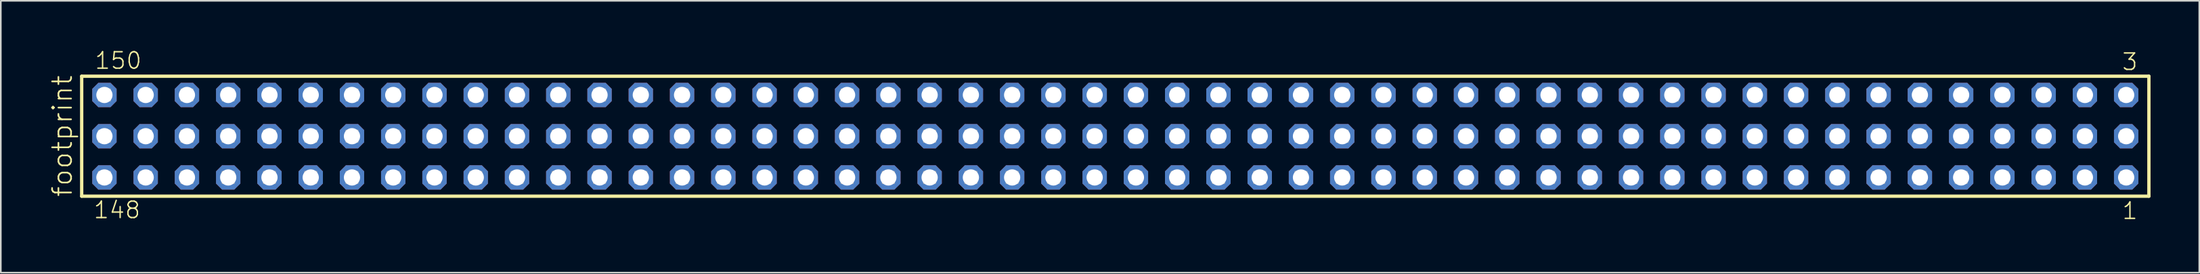
<source format=kicad_pcb>
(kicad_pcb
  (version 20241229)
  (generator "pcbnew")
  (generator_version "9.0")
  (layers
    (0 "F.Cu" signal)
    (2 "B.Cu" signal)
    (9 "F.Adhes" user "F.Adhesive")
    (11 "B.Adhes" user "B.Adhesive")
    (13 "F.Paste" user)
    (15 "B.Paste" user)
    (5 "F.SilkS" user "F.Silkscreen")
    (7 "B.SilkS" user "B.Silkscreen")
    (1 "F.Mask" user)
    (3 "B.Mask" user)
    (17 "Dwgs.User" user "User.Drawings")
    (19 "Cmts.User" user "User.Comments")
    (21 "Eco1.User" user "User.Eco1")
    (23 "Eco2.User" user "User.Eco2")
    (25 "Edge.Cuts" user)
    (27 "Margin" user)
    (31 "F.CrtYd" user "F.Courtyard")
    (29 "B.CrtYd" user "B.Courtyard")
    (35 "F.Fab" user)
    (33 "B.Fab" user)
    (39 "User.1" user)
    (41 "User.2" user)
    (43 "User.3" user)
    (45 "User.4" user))
  (footprint "footprint"
    (layer "F.Cu")
    (at 65.608 5.34)
    (property "Reference" "footprint" (at -64.135 3.81 90) (layer "F.SilkS") (effects (font (size 1.168 1.168) (thickness 0.102)) (justify left bottom)))
    (fp_line (start -63.629 -3.695) (end 63.629 -3.695) (stroke (width 0.203) (type solid)) (layer "F.SilkS"))
    (fp_line (start -63.629 3.695) (end -63.629 -3.695) (stroke (width 0.203) (type solid)) (layer "F.SilkS"))
    (fp_line (start 63.629 -3.695) (end 63.629 3.695) (stroke (width 0.203) (type solid)) (layer "F.SilkS"))
    (fp_line (start 63.629 3.695) (end -63.629 3.695) (stroke (width 0.203) (type solid)) (layer "F.SilkS"))
    (fp_poly (pts (xy -62.58 -2.19) (xy -61.88 -2.19) (xy -61.88 -2.89) (xy -62.58 -2.89)) (stroke (width 0.1) (type solid)) (fill no) (layer "F.Fab"))
    (fp_poly (pts (xy -62.58 0.35) (xy -61.88 0.35) (xy -61.88 -0.35) (xy -62.58 -0.35)) (stroke (width 0.1) (type solid)) (fill no) (layer "F.Fab"))
    (fp_poly (pts (xy -62.58 2.89) (xy -61.88 2.89) (xy -61.88 2.19) (xy -62.58 2.19)) (stroke (width 0.1) (type solid)) (fill no) (layer "F.Fab"))
    (fp_poly (pts (xy -60.04 -2.19) (xy -59.34 -2.19) (xy -59.34 -2.89) (xy -60.04 -2.89)) (stroke (width 0.1) (type solid)) (fill no) (layer "F.Fab"))
    (fp_poly (pts (xy -60.04 0.35) (xy -59.34 0.35) (xy -59.34 -0.35) (xy -60.04 -0.35)) (stroke (width 0.1) (type solid)) (fill no) (layer "F.Fab"))
    (fp_poly (pts (xy -60.04 2.89) (xy -59.34 2.89) (xy -59.34 2.19) (xy -60.04 2.19)) (stroke (width 0.1) (type solid)) (fill no) (layer "F.Fab"))
    (fp_poly (pts (xy -57.5 -2.19) (xy -56.8 -2.19) (xy -56.8 -2.89) (xy -57.5 -2.89)) (stroke (width 0.1) (type solid)) (fill no) (layer "F.Fab"))
    (fp_poly (pts (xy -57.5 0.35) (xy -56.8 0.35) (xy -56.8 -0.35) (xy -57.5 -0.35)) (stroke (width 0.1) (type solid)) (fill no) (layer "F.Fab"))
    (fp_poly (pts (xy -57.5 2.89) (xy -56.8 2.89) (xy -56.8 2.19) (xy -57.5 2.19)) (stroke (width 0.1) (type solid)) (fill no) (layer "F.Fab"))
    (fp_poly (pts (xy -54.96 -2.19) (xy -54.26 -2.19) (xy -54.26 -2.89) (xy -54.96 -2.89)) (stroke (width 0.1) (type solid)) (fill no) (layer "F.Fab"))
    (fp_poly (pts (xy -54.96 0.35) (xy -54.26 0.35) (xy -54.26 -0.35) (xy -54.96 -0.35)) (stroke (width 0.1) (type solid)) (fill no) (layer "F.Fab"))
    (fp_poly (pts (xy -54.96 2.89) (xy -54.26 2.89) (xy -54.26 2.19) (xy -54.96 2.19)) (stroke (width 0.1) (type solid)) (fill no) (layer "F.Fab"))
    (fp_poly (pts (xy -52.42 -2.19) (xy -51.72 -2.19) (xy -51.72 -2.89) (xy -52.42 -2.89)) (stroke (width 0.1) (type solid)) (fill no) (layer "F.Fab"))
    (fp_poly (pts (xy -52.42 0.35) (xy -51.72 0.35) (xy -51.72 -0.35) (xy -52.42 -0.35)) (stroke (width 0.1) (type solid)) (fill no) (layer "F.Fab"))
    (fp_poly (pts (xy -52.42 2.89) (xy -51.72 2.89) (xy -51.72 2.19) (xy -52.42 2.19)) (stroke (width 0.1) (type solid)) (fill no) (layer "F.Fab"))
    (fp_poly (pts (xy -49.88 -2.19) (xy -49.18 -2.19) (xy -49.18 -2.89) (xy -49.88 -2.89)) (stroke (width 0.1) (type solid)) (fill no) (layer "F.Fab"))
    (fp_poly (pts (xy -49.88 0.35) (xy -49.18 0.35) (xy -49.18 -0.35) (xy -49.88 -0.35)) (stroke (width 0.1) (type solid)) (fill no) (layer "F.Fab"))
    (fp_poly (pts (xy -49.88 2.89) (xy -49.18 2.89) (xy -49.18 2.19) (xy -49.88 2.19)) (stroke (width 0.1) (type solid)) (fill no) (layer "F.Fab"))
    (fp_poly (pts (xy -47.34 -2.19) (xy -46.64 -2.19) (xy -46.64 -2.89) (xy -47.34 -2.89)) (stroke (width 0.1) (type solid)) (fill no) (layer "F.Fab"))
    (fp_poly (pts (xy -47.34 0.35) (xy -46.64 0.35) (xy -46.64 -0.35) (xy -47.34 -0.35)) (stroke (width 0.1) (type solid)) (fill no) (layer "F.Fab"))
    (fp_poly (pts (xy -47.34 2.89) (xy -46.64 2.89) (xy -46.64 2.19) (xy -47.34 2.19)) (stroke (width 0.1) (type solid)) (fill no) (layer "F.Fab"))
    (fp_poly (pts (xy -44.8 -2.19) (xy -44.1 -2.19) (xy -44.1 -2.89) (xy -44.8 -2.89)) (stroke (width 0.1) (type solid)) (fill no) (layer "F.Fab"))
    (fp_poly (pts (xy -44.8 0.35) (xy -44.1 0.35) (xy -44.1 -0.35) (xy -44.8 -0.35)) (stroke (width 0.1) (type solid)) (fill no) (layer "F.Fab"))
    (fp_poly (pts (xy -44.8 2.89) (xy -44.1 2.89) (xy -44.1 2.19) (xy -44.8 2.19)) (stroke (width 0.1) (type solid)) (fill no) (layer "F.Fab"))
    (fp_poly (pts (xy -42.26 -2.19) (xy -41.56 -2.19) (xy -41.56 -2.89) (xy -42.26 -2.89)) (stroke (width 0.1) (type solid)) (fill no) (layer "F.Fab"))
    (fp_poly (pts (xy -42.26 0.35) (xy -41.56 0.35) (xy -41.56 -0.35) (xy -42.26 -0.35)) (stroke (width 0.1) (type solid)) (fill no) (layer "F.Fab"))
    (fp_poly (pts (xy -42.26 2.89) (xy -41.56 2.89) (xy -41.56 2.19) (xy -42.26 2.19)) (stroke (width 0.1) (type solid)) (fill no) (layer "F.Fab"))
    (fp_poly (pts (xy -39.72 -2.19) (xy -39.02 -2.19) (xy -39.02 -2.89) (xy -39.72 -2.89)) (stroke (width 0.1) (type solid)) (fill no) (layer "F.Fab"))
    (fp_poly (pts (xy -39.72 0.35) (xy -39.02 0.35) (xy -39.02 -0.35) (xy -39.72 -0.35)) (stroke (width 0.1) (type solid)) (fill no) (layer "F.Fab"))
    (fp_poly (pts (xy -39.72 2.89) (xy -39.02 2.89) (xy -39.02 2.19) (xy -39.72 2.19)) (stroke (width 0.1) (type solid)) (fill no) (layer "F.Fab"))
    (fp_poly (pts (xy -37.18 -2.19) (xy -36.48 -2.19) (xy -36.48 -2.89) (xy -37.18 -2.89)) (stroke (width 0.1) (type solid)) (fill no) (layer "F.Fab"))
    (fp_poly (pts (xy -37.18 0.35) (xy -36.48 0.35) (xy -36.48 -0.35) (xy -37.18 -0.35)) (stroke (width 0.1) (type solid)) (fill no) (layer "F.Fab"))
    (fp_poly (pts (xy -37.18 2.89) (xy -36.48 2.89) (xy -36.48 2.19) (xy -37.18 2.19)) (stroke (width 0.1) (type solid)) (fill no) (layer "F.Fab"))
    (fp_poly (pts (xy -34.64 -2.19) (xy -33.94 -2.19) (xy -33.94 -2.89) (xy -34.64 -2.89)) (stroke (width 0.1) (type solid)) (fill no) (layer "F.Fab"))
    (fp_poly (pts (xy -34.64 0.35) (xy -33.94 0.35) (xy -33.94 -0.35) (xy -34.64 -0.35)) (stroke (width 0.1) (type solid)) (fill no) (layer "F.Fab"))
    (fp_poly (pts (xy -34.64 2.89) (xy -33.94 2.89) (xy -33.94 2.19) (xy -34.64 2.19)) (stroke (width 0.1) (type solid)) (fill no) (layer "F.Fab"))
    (fp_poly (pts (xy -32.1 -2.19) (xy -31.4 -2.19) (xy -31.4 -2.89) (xy -32.1 -2.89)) (stroke (width 0.1) (type solid)) (fill no) (layer "F.Fab"))
    (fp_poly (pts (xy -32.1 0.35) (xy -31.4 0.35) (xy -31.4 -0.35) (xy -32.1 -0.35)) (stroke (width 0.1) (type solid)) (fill no) (layer "F.Fab"))
    (fp_poly (pts (xy -32.1 2.89) (xy -31.4 2.89) (xy -31.4 2.19) (xy -32.1 2.19)) (stroke (width 0.1) (type solid)) (fill no) (layer "F.Fab"))
    (fp_poly (pts (xy -29.56 -2.19) (xy -28.86 -2.19) (xy -28.86 -2.89) (xy -29.56 -2.89)) (stroke (width 0.1) (type solid)) (fill no) (layer "F.Fab"))
    (fp_poly (pts (xy -29.56 0.35) (xy -28.86 0.35) (xy -28.86 -0.35) (xy -29.56 -0.35)) (stroke (width 0.1) (type solid)) (fill no) (layer "F.Fab"))
    (fp_poly (pts (xy -29.56 2.89) (xy -28.86 2.89) (xy -28.86 2.19) (xy -29.56 2.19)) (stroke (width 0.1) (type solid)) (fill no) (layer "F.Fab"))
    (fp_poly (pts (xy -27.02 -2.19) (xy -26.32 -2.19) (xy -26.32 -2.89) (xy -27.02 -2.89)) (stroke (width 0.1) (type solid)) (fill no) (layer "F.Fab"))
    (fp_poly (pts (xy -27.02 0.35) (xy -26.32 0.35) (xy -26.32 -0.35) (xy -27.02 -0.35)) (stroke (width 0.1) (type solid)) (fill no) (layer "F.Fab"))
    (fp_poly (pts (xy -27.02 2.89) (xy -26.32 2.89) (xy -26.32 2.19) (xy -27.02 2.19)) (stroke (width 0.1) (type solid)) (fill no) (layer "F.Fab"))
    (fp_poly (pts (xy -24.48 -2.19) (xy -23.78 -2.19) (xy -23.78 -2.89) (xy -24.48 -2.89)) (stroke (width 0.1) (type solid)) (fill no) (layer "F.Fab"))
    (fp_poly (pts (xy -24.48 0.35) (xy -23.78 0.35) (xy -23.78 -0.35) (xy -24.48 -0.35)) (stroke (width 0.1) (type solid)) (fill no) (layer "F.Fab"))
    (fp_poly (pts (xy -24.48 2.89) (xy -23.78 2.89) (xy -23.78 2.19) (xy -24.48 2.19)) (stroke (width 0.1) (type solid)) (fill no) (layer "F.Fab"))
    (fp_poly (pts (xy -21.94 -2.19) (xy -21.24 -2.19) (xy -21.24 -2.89) (xy -21.94 -2.89)) (stroke (width 0.1) (type solid)) (fill no) (layer "F.Fab"))
    (fp_poly (pts (xy -21.94 0.35) (xy -21.24 0.35) (xy -21.24 -0.35) (xy -21.94 -0.35)) (stroke (width 0.1) (type solid)) (fill no) (layer "F.Fab"))
    (fp_poly (pts (xy -21.94 2.89) (xy -21.24 2.89) (xy -21.24 2.19) (xy -21.94 2.19)) (stroke (width 0.1) (type solid)) (fill no) (layer "F.Fab"))
    (fp_poly (pts (xy -19.4 -2.19) (xy -18.7 -2.19) (xy -18.7 -2.89) (xy -19.4 -2.89)) (stroke (width 0.1) (type solid)) (fill no) (layer "F.Fab"))
    (fp_poly (pts (xy -19.4 0.35) (xy -18.7 0.35) (xy -18.7 -0.35) (xy -19.4 -0.35)) (stroke (width 0.1) (type solid)) (fill no) (layer "F.Fab"))
    (fp_poly (pts (xy -19.4 2.89) (xy -18.7 2.89) (xy -18.7 2.19) (xy -19.4 2.19)) (stroke (width 0.1) (type solid)) (fill no) (layer "F.Fab"))
    (fp_poly (pts (xy -16.86 -2.19) (xy -16.16 -2.19) (xy -16.16 -2.89) (xy -16.86 -2.89)) (stroke (width 0.1) (type solid)) (fill no) (layer "F.Fab"))
    (fp_poly (pts (xy -16.86 0.35) (xy -16.16 0.35) (xy -16.16 -0.35) (xy -16.86 -0.35)) (stroke (width 0.1) (type solid)) (fill no) (layer "F.Fab"))
    (fp_poly (pts (xy -16.86 2.89) (xy -16.16 2.89) (xy -16.16 2.19) (xy -16.86 2.19)) (stroke (width 0.1) (type solid)) (fill no) (layer "F.Fab"))
    (fp_poly (pts (xy -14.32 -2.19) (xy -13.62 -2.19) (xy -13.62 -2.89) (xy -14.32 -2.89)) (stroke (width 0.1) (type solid)) (fill no) (layer "F.Fab"))
    (fp_poly (pts (xy -14.32 0.35) (xy -13.62 0.35) (xy -13.62 -0.35) (xy -14.32 -0.35)) (stroke (width 0.1) (type solid)) (fill no) (layer "F.Fab"))
    (fp_poly (pts (xy -14.32 2.89) (xy -13.62 2.89) (xy -13.62 2.19) (xy -14.32 2.19)) (stroke (width 0.1) (type solid)) (fill no) (layer "F.Fab"))
    (fp_poly (pts (xy -11.78 -2.19) (xy -11.08 -2.19) (xy -11.08 -2.89) (xy -11.78 -2.89)) (stroke (width 0.1) (type solid)) (fill no) (layer "F.Fab"))
    (fp_poly (pts (xy -11.78 0.35) (xy -11.08 0.35) (xy -11.08 -0.35) (xy -11.78 -0.35)) (stroke (width 0.1) (type solid)) (fill no) (layer "F.Fab"))
    (fp_poly (pts (xy -11.78 2.89) (xy -11.08 2.89) (xy -11.08 2.19) (xy -11.78 2.19)) (stroke (width 0.1) (type solid)) (fill no) (layer "F.Fab"))
    (fp_poly (pts (xy -9.24 -2.19) (xy -8.54 -2.19) (xy -8.54 -2.89) (xy -9.24 -2.89)) (stroke (width 0.1) (type solid)) (fill no) (layer "F.Fab"))
    (fp_poly (pts (xy -9.24 0.35) (xy -8.54 0.35) (xy -8.54 -0.35) (xy -9.24 -0.35)) (stroke (width 0.1) (type solid)) (fill no) (layer "F.Fab"))
    (fp_poly (pts (xy -9.24 2.89) (xy -8.54 2.89) (xy -8.54 2.19) (xy -9.24 2.19)) (stroke (width 0.1) (type solid)) (fill no) (layer "F.Fab"))
    (fp_poly (pts (xy -6.7 -2.19) (xy -6 -2.19) (xy -6 -2.89) (xy -6.7 -2.89)) (stroke (width 0.1) (type solid)) (fill no) (layer "F.Fab"))
    (fp_poly (pts (xy -6.7 0.35) (xy -6 0.35) (xy -6 -0.35) (xy -6.7 -0.35)) (stroke (width 0.1) (type solid)) (fill no) (layer "F.Fab"))
    (fp_poly (pts (xy -6.7 2.89) (xy -6 2.89) (xy -6 2.19) (xy -6.7 2.19)) (stroke (width 0.1) (type solid)) (fill no) (layer "F.Fab"))
    (fp_poly (pts (xy -4.16 -2.19) (xy -3.46 -2.19) (xy -3.46 -2.89) (xy -4.16 -2.89)) (stroke (width 0.1) (type solid)) (fill no) (layer "F.Fab"))
    (fp_poly (pts (xy -4.16 0.35) (xy -3.46 0.35) (xy -3.46 -0.35) (xy -4.16 -0.35)) (stroke (width 0.1) (type solid)) (fill no) (layer "F.Fab"))
    (fp_poly (pts (xy -4.16 2.89) (xy -3.46 2.89) (xy -3.46 2.19) (xy -4.16 2.19)) (stroke (width 0.1) (type solid)) (fill no) (layer "F.Fab"))
    (fp_poly (pts (xy -1.62 -2.19) (xy -0.92 -2.19) (xy -0.92 -2.89) (xy -1.62 -2.89)) (stroke (width 0.1) (type solid)) (fill no) (layer "F.Fab"))
    (fp_poly (pts (xy -1.62 0.35) (xy -0.92 0.35) (xy -0.92 -0.35) (xy -1.62 -0.35)) (stroke (width 0.1) (type solid)) (fill no) (layer "F.Fab"))
    (fp_poly (pts (xy -1.62 2.89) (xy -0.92 2.89) (xy -0.92 2.19) (xy -1.62 2.19)) (stroke (width 0.1) (type solid)) (fill no) (layer "F.Fab"))
    (fp_poly (pts (xy 0.92 -2.19) (xy 1.62 -2.19) (xy 1.62 -2.89) (xy 0.92 -2.89)) (stroke (width 0.1) (type solid)) (fill no) (layer "F.Fab"))
    (fp_poly (pts (xy 0.92 0.35) (xy 1.62 0.35) (xy 1.62 -0.35) (xy 0.92 -0.35)) (stroke (width 0.1) (type solid)) (fill no) (layer "F.Fab"))
    (fp_poly (pts (xy 0.92 2.89) (xy 1.62 2.89) (xy 1.62 2.19) (xy 0.92 2.19)) (stroke (width 0.1) (type solid)) (fill no) (layer "F.Fab"))
    (fp_poly (pts (xy 3.46 -2.19) (xy 4.16 -2.19) (xy 4.16 -2.89) (xy 3.46 -2.89)) (stroke (width 0.1) (type solid)) (fill no) (layer "F.Fab"))
    (fp_poly (pts (xy 3.46 0.35) (xy 4.16 0.35) (xy 4.16 -0.35) (xy 3.46 -0.35)) (stroke (width 0.1) (type solid)) (fill no) (layer "F.Fab"))
    (fp_poly (pts (xy 3.46 2.89) (xy 4.16 2.89) (xy 4.16 2.19) (xy 3.46 2.19)) (stroke (width 0.1) (type solid)) (fill no) (layer "F.Fab"))
    (fp_poly (pts (xy 6 -2.19) (xy 6.7 -2.19) (xy 6.7 -2.89) (xy 6 -2.89)) (stroke (width 0.1) (type solid)) (fill no) (layer "F.Fab"))
    (fp_poly (pts (xy 6 0.35) (xy 6.7 0.35) (xy 6.7 -0.35) (xy 6 -0.35)) (stroke (width 0.1) (type solid)) (fill no) (layer "F.Fab"))
    (fp_poly (pts (xy 6 2.89) (xy 6.7 2.89) (xy 6.7 2.19) (xy 6 2.19)) (stroke (width 0.1) (type solid)) (fill no) (layer "F.Fab"))
    (fp_poly (pts (xy 8.54 -2.19) (xy 9.24 -2.19) (xy 9.24 -2.89) (xy 8.54 -2.89)) (stroke (width 0.1) (type solid)) (fill no) (layer "F.Fab"))
    (fp_poly (pts (xy 8.54 0.35) (xy 9.24 0.35) (xy 9.24 -0.35) (xy 8.54 -0.35)) (stroke (width 0.1) (type solid)) (fill no) (layer "F.Fab"))
    (fp_poly (pts (xy 8.54 2.89) (xy 9.24 2.89) (xy 9.24 2.19) (xy 8.54 2.19)) (stroke (width 0.1) (type solid)) (fill no) (layer "F.Fab"))
    (fp_poly (pts (xy 11.08 -2.19) (xy 11.78 -2.19) (xy 11.78 -2.89) (xy 11.08 -2.89)) (stroke (width 0.1) (type solid)) (fill no) (layer "F.Fab"))
    (fp_poly (pts (xy 11.08 0.35) (xy 11.78 0.35) (xy 11.78 -0.35) (xy 11.08 -0.35)) (stroke (width 0.1) (type solid)) (fill no) (layer "F.Fab"))
    (fp_poly (pts (xy 11.08 2.89) (xy 11.78 2.89) (xy 11.78 2.19) (xy 11.08 2.19)) (stroke (width 0.1) (type solid)) (fill no) (layer "F.Fab"))
    (fp_poly (pts (xy 13.62 -2.19) (xy 14.32 -2.19) (xy 14.32 -2.89) (xy 13.62 -2.89)) (stroke (width 0.1) (type solid)) (fill no) (layer "F.Fab"))
    (fp_poly (pts (xy 13.62 0.35) (xy 14.32 0.35) (xy 14.32 -0.35) (xy 13.62 -0.35)) (stroke (width 0.1) (type solid)) (fill no) (layer "F.Fab"))
    (fp_poly (pts (xy 13.62 2.89) (xy 14.32 2.89) (xy 14.32 2.19) (xy 13.62 2.19)) (stroke (width 0.1) (type solid)) (fill no) (layer "F.Fab"))
    (fp_poly (pts (xy 16.16 -2.19) (xy 16.86 -2.19) (xy 16.86 -2.89) (xy 16.16 -2.89)) (stroke (width 0.1) (type solid)) (fill no) (layer "F.Fab"))
    (fp_poly (pts (xy 16.16 0.35) (xy 16.86 0.35) (xy 16.86 -0.35) (xy 16.16 -0.35)) (stroke (width 0.1) (type solid)) (fill no) (layer "F.Fab"))
    (fp_poly (pts (xy 16.16 2.89) (xy 16.86 2.89) (xy 16.86 2.19) (xy 16.16 2.19)) (stroke (width 0.1) (type solid)) (fill no) (layer "F.Fab"))
    (fp_poly (pts (xy 18.7 -2.19) (xy 19.4 -2.19) (xy 19.4 -2.89) (xy 18.7 -2.89)) (stroke (width 0.1) (type solid)) (fill no) (layer "F.Fab"))
    (fp_poly (pts (xy 18.7 0.35) (xy 19.4 0.35) (xy 19.4 -0.35) (xy 18.7 -0.35)) (stroke (width 0.1) (type solid)) (fill no) (layer "F.Fab"))
    (fp_poly (pts (xy 18.7 2.89) (xy 19.4 2.89) (xy 19.4 2.19) (xy 18.7 2.19)) (stroke (width 0.1) (type solid)) (fill no) (layer "F.Fab"))
    (fp_poly (pts (xy 21.24 -2.19) (xy 21.94 -2.19) (xy 21.94 -2.89) (xy 21.24 -2.89)) (stroke (width 0.1) (type solid)) (fill no) (layer "F.Fab"))
    (fp_poly (pts (xy 21.24 0.35) (xy 21.94 0.35) (xy 21.94 -0.35) (xy 21.24 -0.35)) (stroke (width 0.1) (type solid)) (fill no) (layer "F.Fab"))
    (fp_poly (pts (xy 21.24 2.89) (xy 21.94 2.89) (xy 21.94 2.19) (xy 21.24 2.19)) (stroke (width 0.1) (type solid)) (fill no) (layer "F.Fab"))
    (fp_poly (pts (xy 23.78 -2.19) (xy 24.48 -2.19) (xy 24.48 -2.89) (xy 23.78 -2.89)) (stroke (width 0.1) (type solid)) (fill no) (layer "F.Fab"))
    (fp_poly (pts (xy 23.78 0.35) (xy 24.48 0.35) (xy 24.48 -0.35) (xy 23.78 -0.35)) (stroke (width 0.1) (type solid)) (fill no) (layer "F.Fab"))
    (fp_poly (pts (xy 23.78 2.89) (xy 24.48 2.89) (xy 24.48 2.19) (xy 23.78 2.19)) (stroke (width 0.1) (type solid)) (fill no) (layer "F.Fab"))
    (fp_poly (pts (xy 26.32 -2.19) (xy 27.02 -2.19) (xy 27.02 -2.89) (xy 26.32 -2.89)) (stroke (width 0.1) (type solid)) (fill no) (layer "F.Fab"))
    (fp_poly (pts (xy 26.32 0.35) (xy 27.02 0.35) (xy 27.02 -0.35) (xy 26.32 -0.35)) (stroke (width 0.1) (type solid)) (fill no) (layer "F.Fab"))
    (fp_poly (pts (xy 26.32 2.89) (xy 27.02 2.89) (xy 27.02 2.19) (xy 26.32 2.19)) (stroke (width 0.1) (type solid)) (fill no) (layer "F.Fab"))
    (fp_poly (pts (xy 28.86 -2.19) (xy 29.56 -2.19) (xy 29.56 -2.89) (xy 28.86 -2.89)) (stroke (width 0.1) (type solid)) (fill no) (layer "F.Fab"))
    (fp_poly (pts (xy 28.86 0.35) (xy 29.56 0.35) (xy 29.56 -0.35) (xy 28.86 -0.35)) (stroke (width 0.1) (type solid)) (fill no) (layer "F.Fab"))
    (fp_poly (pts (xy 28.86 2.89) (xy 29.56 2.89) (xy 29.56 2.19) (xy 28.86 2.19)) (stroke (width 0.1) (type solid)) (fill no) (layer "F.Fab"))
    (fp_poly (pts (xy 31.4 -2.19) (xy 32.1 -2.19) (xy 32.1 -2.89) (xy 31.4 -2.89)) (stroke (width 0.1) (type solid)) (fill no) (layer "F.Fab"))
    (fp_poly (pts (xy 31.4 0.35) (xy 32.1 0.35) (xy 32.1 -0.35) (xy 31.4 -0.35)) (stroke (width 0.1) (type solid)) (fill no) (layer "F.Fab"))
    (fp_poly (pts (xy 31.4 2.89) (xy 32.1 2.89) (xy 32.1 2.19) (xy 31.4 2.19)) (stroke (width 0.1) (type solid)) (fill no) (layer "F.Fab"))
    (fp_poly (pts (xy 33.94 -2.19) (xy 34.64 -2.19) (xy 34.64 -2.89) (xy 33.94 -2.89)) (stroke (width 0.1) (type solid)) (fill no) (layer "F.Fab"))
    (fp_poly (pts (xy 33.94 0.35) (xy 34.64 0.35) (xy 34.64 -0.35) (xy 33.94 -0.35)) (stroke (width 0.1) (type solid)) (fill no) (layer "F.Fab"))
    (fp_poly (pts (xy 33.94 2.89) (xy 34.64 2.89) (xy 34.64 2.19) (xy 33.94 2.19)) (stroke (width 0.1) (type solid)) (fill no) (layer "F.Fab"))
    (fp_poly (pts (xy 36.48 -2.19) (xy 37.18 -2.19) (xy 37.18 -2.89) (xy 36.48 -2.89)) (stroke (width 0.1) (type solid)) (fill no) (layer "F.Fab"))
    (fp_poly (pts (xy 36.48 0.35) (xy 37.18 0.35) (xy 37.18 -0.35) (xy 36.48 -0.35)) (stroke (width 0.1) (type solid)) (fill no) (layer "F.Fab"))
    (fp_poly (pts (xy 36.48 2.89) (xy 37.18 2.89) (xy 37.18 2.19) (xy 36.48 2.19)) (stroke (width 0.1) (type solid)) (fill no) (layer "F.Fab"))
    (fp_poly (pts (xy 39.02 -2.19) (xy 39.72 -2.19) (xy 39.72 -2.89) (xy 39.02 -2.89)) (stroke (width 0.1) (type solid)) (fill no) (layer "F.Fab"))
    (fp_poly (pts (xy 39.02 0.35) (xy 39.72 0.35) (xy 39.72 -0.35) (xy 39.02 -0.35)) (stroke (width 0.1) (type solid)) (fill no) (layer "F.Fab"))
    (fp_poly (pts (xy 39.02 2.89) (xy 39.72 2.89) (xy 39.72 2.19) (xy 39.02 2.19)) (stroke (width 0.1) (type solid)) (fill no) (layer "F.Fab"))
    (fp_poly (pts (xy 41.56 -2.19) (xy 42.26 -2.19) (xy 42.26 -2.89) (xy 41.56 -2.89)) (stroke (width 0.1) (type solid)) (fill no) (layer "F.Fab"))
    (fp_poly (pts (xy 41.56 0.35) (xy 42.26 0.35) (xy 42.26 -0.35) (xy 41.56 -0.35)) (stroke (width 0.1) (type solid)) (fill no) (layer "F.Fab"))
    (fp_poly (pts (xy 41.56 2.89) (xy 42.26 2.89) (xy 42.26 2.19) (xy 41.56 2.19)) (stroke (width 0.1) (type solid)) (fill no) (layer "F.Fab"))
    (fp_poly (pts (xy 44.1 -2.19) (xy 44.8 -2.19) (xy 44.8 -2.89) (xy 44.1 -2.89)) (stroke (width 0.1) (type solid)) (fill no) (layer "F.Fab"))
    (fp_poly (pts (xy 44.1 0.35) (xy 44.8 0.35) (xy 44.8 -0.35) (xy 44.1 -0.35)) (stroke (width 0.1) (type solid)) (fill no) (layer "F.Fab"))
    (fp_poly (pts (xy 44.1 2.89) (xy 44.8 2.89) (xy 44.8 2.19) (xy 44.1 2.19)) (stroke (width 0.1) (type solid)) (fill no) (layer "F.Fab"))
    (fp_poly (pts (xy 46.64 -2.19) (xy 47.34 -2.19) (xy 47.34 -2.89) (xy 46.64 -2.89)) (stroke (width 0.1) (type solid)) (fill no) (layer "F.Fab"))
    (fp_poly (pts (xy 46.64 0.35) (xy 47.34 0.35) (xy 47.34 -0.35) (xy 46.64 -0.35)) (stroke (width 0.1) (type solid)) (fill no) (layer "F.Fab"))
    (fp_poly (pts (xy 46.64 2.89) (xy 47.34 2.89) (xy 47.34 2.19) (xy 46.64 2.19)) (stroke (width 0.1) (type solid)) (fill no) (layer "F.Fab"))
    (fp_poly (pts (xy 49.18 -2.19) (xy 49.88 -2.19) (xy 49.88 -2.89) (xy 49.18 -2.89)) (stroke (width 0.1) (type solid)) (fill no) (layer "F.Fab"))
    (fp_poly (pts (xy 49.18 0.35) (xy 49.88 0.35) (xy 49.88 -0.35) (xy 49.18 -0.35)) (stroke (width 0.1) (type solid)) (fill no) (layer "F.Fab"))
    (fp_poly (pts (xy 49.18 2.89) (xy 49.88 2.89) (xy 49.88 2.19) (xy 49.18 2.19)) (stroke (width 0.1) (type solid)) (fill no) (layer "F.Fab"))
    (fp_poly (pts (xy 51.72 -2.19) (xy 52.42 -2.19) (xy 52.42 -2.89) (xy 51.72 -2.89)) (stroke (width 0.1) (type solid)) (fill no) (layer "F.Fab"))
    (fp_poly (pts (xy 51.72 0.35) (xy 52.42 0.35) (xy 52.42 -0.35) (xy 51.72 -0.35)) (stroke (width 0.1) (type solid)) (fill no) (layer "F.Fab"))
    (fp_poly (pts (xy 51.72 2.89) (xy 52.42 2.89) (xy 52.42 2.19) (xy 51.72 2.19)) (stroke (width 0.1) (type solid)) (fill no) (layer "F.Fab"))
    (fp_poly (pts (xy 54.26 -2.19) (xy 54.96 -2.19) (xy 54.96 -2.89) (xy 54.26 -2.89)) (stroke (width 0.1) (type solid)) (fill no) (layer "F.Fab"))
    (fp_poly (pts (xy 54.26 0.35) (xy 54.96 0.35) (xy 54.96 -0.35) (xy 54.26 -0.35)) (stroke (width 0.1) (type solid)) (fill no) (layer "F.Fab"))
    (fp_poly (pts (xy 54.26 2.89) (xy 54.96 2.89) (xy 54.96 2.19) (xy 54.26 2.19)) (stroke (width 0.1) (type solid)) (fill no) (layer "F.Fab"))
    (fp_poly (pts (xy 56.8 -2.19) (xy 57.5 -2.19) (xy 57.5 -2.89) (xy 56.8 -2.89)) (stroke (width 0.1) (type solid)) (fill no) (layer "F.Fab"))
    (fp_poly (pts (xy 56.8 0.35) (xy 57.5 0.35) (xy 57.5 -0.35) (xy 56.8 -0.35)) (stroke (width 0.1) (type solid)) (fill no) (layer "F.Fab"))
    (fp_poly (pts (xy 56.8 2.89) (xy 57.5 2.89) (xy 57.5 2.19) (xy 56.8 2.19)) (stroke (width 0.1) (type solid)) (fill no) (layer "F.Fab"))
    (fp_poly (pts (xy 59.34 -2.19) (xy 60.04 -2.19) (xy 60.04 -2.89) (xy 59.34 -2.89)) (stroke (width 0.1) (type solid)) (fill no) (layer "F.Fab"))
    (fp_poly (pts (xy 59.34 0.35) (xy 60.04 0.35) (xy 60.04 -0.35) (xy 59.34 -0.35)) (stroke (width 0.1) (type solid)) (fill no) (layer "F.Fab"))
    (fp_poly (pts (xy 59.34 2.89) (xy 60.04 2.89) (xy 60.04 2.19) (xy 59.34 2.19)) (stroke (width 0.1) (type solid)) (fill no) (layer "F.Fab"))
    (fp_poly (pts (xy 61.88 -2.19) (xy 62.58 -2.19) (xy 62.58 -2.89) (xy 61.88 -2.89)) (stroke (width 0.1) (type solid)) (fill no) (layer "F.Fab"))
    (fp_poly (pts (xy 61.88 0.35) (xy 62.58 0.35) (xy 62.58 -0.35) (xy 61.88 -0.35)) (stroke (width 0.1) (type solid)) (fill no) (layer "F.Fab"))
    (fp_poly (pts (xy 61.88 2.89) (xy 62.58 2.89) (xy 62.58 2.19) (xy 61.88 2.19)) (stroke (width 0.1) (type solid)) (fill no) (layer "F.Fab"))
    (fp_text user "148" (at -62.958 5.138 0) (layer "F.SilkS") (effects (font (size 1.012 1.012) (thickness 0.088)) (justify left bottom)))
    (fp_text user "1" (at 61.922 5.188 0) (layer "F.SilkS") (effects (font (size 1.012 1.012) (thickness 0.088)) (justify left bottom)))
    (fp_text user "150" (at -62.883 -4.064 0) (layer "F.SilkS") (effects (font (size 1.012 1.012) (thickness 0.088)) (justify left bottom)))
    (fp_text user "3" (at 61.918 -3.989 0) (layer "F.SilkS") (effects (font (size 1.012 1.012) (thickness 0.088)) (justify left bottom)))
    (pad "1" thru_hole roundrect (at 62.23 2.54 180) (size 1.5 1.5) (drill 1) (layers "*.Cu" "*.Mask") (roundrect_rratio 0.25) (chamfer_ratio 0.25) (chamfer top_left top_right bottom_left bottom_right))
    (pad "2" thru_hole roundrect (at 62.23 0 180) (size 1.5 1.5) (drill 1) (layers "*.Cu" "*.Mask") (roundrect_rratio 0.25) (chamfer_ratio 0.25) (chamfer top_left top_right bottom_left bottom_right))
    (pad "3" thru_hole roundrect (at 62.23 -2.54 180) (size 1.5 1.5) (drill 1) (layers "*.Cu" "*.Mask") (roundrect_rratio 0.25) (chamfer_ratio 0.25) (chamfer top_left top_right bottom_left bottom_right))
    (pad "4" thru_hole roundrect (at 59.69 2.54 180) (size 1.5 1.5) (drill 1) (layers "*.Cu" "*.Mask") (roundrect_rratio 0.25) (chamfer_ratio 0.25) (chamfer top_left top_right bottom_left bottom_right))
    (pad "5" thru_hole roundrect (at 59.69 0 180) (size 1.5 1.5) (drill 1) (layers "*.Cu" "*.Mask") (roundrect_rratio 0.25) (chamfer_ratio 0.25) (chamfer top_left top_right bottom_left bottom_right))
    (pad "6" thru_hole roundrect (at 59.69 -2.54 180) (size 1.5 1.5) (drill 1) (layers "*.Cu" "*.Mask") (roundrect_rratio 0.25) (chamfer_ratio 0.25) (chamfer top_left top_right bottom_left bottom_right))
    (pad "7" thru_hole roundrect (at 57.15 2.54 180) (size 1.5 1.5) (drill 1) (layers "*.Cu" "*.Mask") (roundrect_rratio 0.25) (chamfer_ratio 0.25) (chamfer top_left top_right bottom_left bottom_right))
    (pad "8" thru_hole roundrect (at 57.15 0 180) (size 1.5 1.5) (drill 1) (layers "*.Cu" "*.Mask") (roundrect_rratio 0.25) (chamfer_ratio 0.25) (chamfer top_left top_right bottom_left bottom_right))
    (pad "9" thru_hole roundrect (at 57.15 -2.54 180) (size 1.5 1.5) (drill 1) (layers "*.Cu" "*.Mask") (roundrect_rratio 0.25) (chamfer_ratio 0.25) (chamfer top_left top_right bottom_left bottom_right))
    (pad "10" thru_hole roundrect (at 54.61 2.54 180) (size 1.5 1.5) (drill 1) (layers "*.Cu" "*.Mask") (roundrect_rratio 0.25) (chamfer_ratio 0.25) (chamfer top_left top_right bottom_left bottom_right))
    (pad "11" thru_hole roundrect (at 54.61 0 180) (size 1.5 1.5) (drill 1) (layers "*.Cu" "*.Mask") (roundrect_rratio 0.25) (chamfer_ratio 0.25) (chamfer top_left top_right bottom_left bottom_right))
    (pad "12" thru_hole roundrect (at 54.61 -2.54 180) (size 1.5 1.5) (drill 1) (layers "*.Cu" "*.Mask") (roundrect_rratio 0.25) (chamfer_ratio 0.25) (chamfer top_left top_right bottom_left bottom_right))
    (pad "13" thru_hole roundrect (at 52.07 2.54 180) (size 1.5 1.5) (drill 1) (layers "*.Cu" "*.Mask") (roundrect_rratio 0.25) (chamfer_ratio 0.25) (chamfer top_left top_right bottom_left bottom_right))
    (pad "14" thru_hole roundrect (at 52.07 0 180) (size 1.5 1.5) (drill 1) (layers "*.Cu" "*.Mask") (roundrect_rratio 0.25) (chamfer_ratio 0.25) (chamfer top_left top_right bottom_left bottom_right))
    (pad "15" thru_hole roundrect (at 52.07 -2.54 180) (size 1.5 1.5) (drill 1) (layers "*.Cu" "*.Mask") (roundrect_rratio 0.25) (chamfer_ratio 0.25) (chamfer top_left top_right bottom_left bottom_right))
    (pad "16" thru_hole roundrect (at 49.53 2.54 180) (size 1.5 1.5) (drill 1) (layers "*.Cu" "*.Mask") (roundrect_rratio 0.25) (chamfer_ratio 0.25) (chamfer top_left top_right bottom_left bottom_right))
    (pad "17" thru_hole roundrect (at 49.53 0 180) (size 1.5 1.5) (drill 1) (layers "*.Cu" "*.Mask") (roundrect_rratio 0.25) (chamfer_ratio 0.25) (chamfer top_left top_right bottom_left bottom_right))
    (pad "18" thru_hole roundrect (at 49.53 -2.54 180) (size 1.5 1.5) (drill 1) (layers "*.Cu" "*.Mask") (roundrect_rratio 0.25) (chamfer_ratio 0.25) (chamfer top_left top_right bottom_left bottom_right))
    (pad "19" thru_hole roundrect (at 46.99 2.54 180) (size 1.5 1.5) (drill 1) (layers "*.Cu" "*.Mask") (roundrect_rratio 0.25) (chamfer_ratio 0.25) (chamfer top_left top_right bottom_left bottom_right))
    (pad "20" thru_hole roundrect (at 46.99 0 180) (size 1.5 1.5) (drill 1) (layers "*.Cu" "*.Mask") (roundrect_rratio 0.25) (chamfer_ratio 0.25) (chamfer top_left top_right bottom_left bottom_right))
    (pad "21" thru_hole roundrect (at 46.99 -2.54 180) (size 1.5 1.5) (drill 1) (layers "*.Cu" "*.Mask") (roundrect_rratio 0.25) (chamfer_ratio 0.25) (chamfer top_left top_right bottom_left bottom_right))
    (pad "22" thru_hole roundrect (at 44.45 2.54 180) (size 1.5 1.5) (drill 1) (layers "*.Cu" "*.Mask") (roundrect_rratio 0.25) (chamfer_ratio 0.25) (chamfer top_left top_right bottom_left bottom_right))
    (pad "23" thru_hole roundrect (at 44.45 0 180) (size 1.5 1.5) (drill 1) (layers "*.Cu" "*.Mask") (roundrect_rratio 0.25) (chamfer_ratio 0.25) (chamfer top_left top_right bottom_left bottom_right))
    (pad "24" thru_hole roundrect (at 44.45 -2.54 180) (size 1.5 1.5) (drill 1) (layers "*.Cu" "*.Mask") (roundrect_rratio 0.25) (chamfer_ratio 0.25) (chamfer top_left top_right bottom_left bottom_right))
    (pad "25" thru_hole roundrect (at 41.91 2.54 180) (size 1.5 1.5) (drill 1) (layers "*.Cu" "*.Mask") (roundrect_rratio 0.25) (chamfer_ratio 0.25) (chamfer top_left top_right bottom_left bottom_right))
    (pad "26" thru_hole roundrect (at 41.91 0 180) (size 1.5 1.5) (drill 1) (layers "*.Cu" "*.Mask") (roundrect_rratio 0.25) (chamfer_ratio 0.25) (chamfer top_left top_right bottom_left bottom_right))
    (pad "27" thru_hole roundrect (at 41.91 -2.54 180) (size 1.5 1.5) (drill 1) (layers "*.Cu" "*.Mask") (roundrect_rratio 0.25) (chamfer_ratio 0.25) (chamfer top_left top_right bottom_left bottom_right))
    (pad "28" thru_hole roundrect (at 39.37 2.54 180) (size 1.5 1.5) (drill 1) (layers "*.Cu" "*.Mask") (roundrect_rratio 0.25) (chamfer_ratio 0.25) (chamfer top_left top_right bottom_left bottom_right))
    (pad "29" thru_hole roundrect (at 39.37 0 180) (size 1.5 1.5) (drill 1) (layers "*.Cu" "*.Mask") (roundrect_rratio 0.25) (chamfer_ratio 0.25) (chamfer top_left top_right bottom_left bottom_right))
    (pad "30" thru_hole roundrect (at 39.37 -2.54 180) (size 1.5 1.5) (drill 1) (layers "*.Cu" "*.Mask") (roundrect_rratio 0.25) (chamfer_ratio 0.25) (chamfer top_left top_right bottom_left bottom_right))
    (pad "31" thru_hole roundrect (at 36.83 2.54 180) (size 1.5 1.5) (drill 1) (layers "*.Cu" "*.Mask") (roundrect_rratio 0.25) (chamfer_ratio 0.25) (chamfer top_left top_right bottom_left bottom_right))
    (pad "32" thru_hole roundrect (at 36.83 0 180) (size 1.5 1.5) (drill 1) (layers "*.Cu" "*.Mask") (roundrect_rratio 0.25) (chamfer_ratio 0.25) (chamfer top_left top_right bottom_left bottom_right))
    (pad "33" thru_hole roundrect (at 36.83 -2.54 180) (size 1.5 1.5) (drill 1) (layers "*.Cu" "*.Mask") (roundrect_rratio 0.25) (chamfer_ratio 0.25) (chamfer top_left top_right bottom_left bottom_right))
    (pad "34" thru_hole roundrect (at 34.29 2.54 180) (size 1.5 1.5) (drill 1) (layers "*.Cu" "*.Mask") (roundrect_rratio 0.25) (chamfer_ratio 0.25) (chamfer top_left top_right bottom_left bottom_right))
    (pad "35" thru_hole roundrect (at 34.29 0 180) (size 1.5 1.5) (drill 1) (layers "*.Cu" "*.Mask") (roundrect_rratio 0.25) (chamfer_ratio 0.25) (chamfer top_left top_right bottom_left bottom_right))
    (pad "36" thru_hole roundrect (at 34.29 -2.54 180) (size 1.5 1.5) (drill 1) (layers "*.Cu" "*.Mask") (roundrect_rratio 0.25) (chamfer_ratio 0.25) (chamfer top_left top_right bottom_left bottom_right))
    (pad "37" thru_hole roundrect (at 31.75 2.54 180) (size 1.5 1.5) (drill 1) (layers "*.Cu" "*.Mask") (roundrect_rratio 0.25) (chamfer_ratio 0.25) (chamfer top_left top_right bottom_left bottom_right))
    (pad "38" thru_hole roundrect (at 31.75 0 180) (size 1.5 1.5) (drill 1) (layers "*.Cu" "*.Mask") (roundrect_rratio 0.25) (chamfer_ratio 0.25) (chamfer top_left top_right bottom_left bottom_right))
    (pad "39" thru_hole roundrect (at 31.75 -2.54 180) (size 1.5 1.5) (drill 1) (layers "*.Cu" "*.Mask") (roundrect_rratio 0.25) (chamfer_ratio 0.25) (chamfer top_left top_right bottom_left bottom_right))
    (pad "40" thru_hole roundrect (at 29.21 2.54 180) (size 1.5 1.5) (drill 1) (layers "*.Cu" "*.Mask") (roundrect_rratio 0.25) (chamfer_ratio 0.25) (chamfer top_left top_right bottom_left bottom_right))
    (pad "41" thru_hole roundrect (at 29.21 0 180) (size 1.5 1.5) (drill 1) (layers "*.Cu" "*.Mask") (roundrect_rratio 0.25) (chamfer_ratio 0.25) (chamfer top_left top_right bottom_left bottom_right))
    (pad "42" thru_hole roundrect (at 29.21 -2.54 180) (size 1.5 1.5) (drill 1) (layers "*.Cu" "*.Mask") (roundrect_rratio 0.25) (chamfer_ratio 0.25) (chamfer top_left top_right bottom_left bottom_right))
    (pad "43" thru_hole roundrect (at 26.67 2.54 180) (size 1.5 1.5) (drill 1) (layers "*.Cu" "*.Mask") (roundrect_rratio 0.25) (chamfer_ratio 0.25) (chamfer top_left top_right bottom_left bottom_right))
    (pad "44" thru_hole roundrect (at 26.67 0 180) (size 1.5 1.5) (drill 1) (layers "*.Cu" "*.Mask") (roundrect_rratio 0.25) (chamfer_ratio 0.25) (chamfer top_left top_right bottom_left bottom_right))
    (pad "45" thru_hole roundrect (at 26.67 -2.54 180) (size 1.5 1.5) (drill 1) (layers "*.Cu" "*.Mask") (roundrect_rratio 0.25) (chamfer_ratio 0.25) (chamfer top_left top_right bottom_left bottom_right))
    (pad "46" thru_hole roundrect (at 24.13 2.54 180) (size 1.5 1.5) (drill 1) (layers "*.Cu" "*.Mask") (roundrect_rratio 0.25) (chamfer_ratio 0.25) (chamfer top_left top_right bottom_left bottom_right))
    (pad "47" thru_hole roundrect (at 24.13 0 180) (size 1.5 1.5) (drill 1) (layers "*.Cu" "*.Mask") (roundrect_rratio 0.25) (chamfer_ratio 0.25) (chamfer top_left top_right bottom_left bottom_right))
    (pad "48" thru_hole roundrect (at 24.13 -2.54 180) (size 1.5 1.5) (drill 1) (layers "*.Cu" "*.Mask") (roundrect_rratio 0.25) (chamfer_ratio 0.25) (chamfer top_left top_right bottom_left bottom_right))
    (pad "49" thru_hole roundrect (at 21.59 2.54 180) (size 1.5 1.5) (drill 1) (layers "*.Cu" "*.Mask") (roundrect_rratio 0.25) (chamfer_ratio 0.25) (chamfer top_left top_right bottom_left bottom_right))
    (pad "50" thru_hole roundrect (at 21.59 0 180) (size 1.5 1.5) (drill 1) (layers "*.Cu" "*.Mask") (roundrect_rratio 0.25) (chamfer_ratio 0.25) (chamfer top_left top_right bottom_left bottom_right))
    (pad "51" thru_hole roundrect (at 21.59 -2.54 180) (size 1.5 1.5) (drill 1) (layers "*.Cu" "*.Mask") (roundrect_rratio 0.25) (chamfer_ratio 0.25) (chamfer top_left top_right bottom_left bottom_right))
    (pad "52" thru_hole roundrect (at 19.05 2.54 180) (size 1.5 1.5) (drill 1) (layers "*.Cu" "*.Mask") (roundrect_rratio 0.25) (chamfer_ratio 0.25) (chamfer top_left top_right bottom_left bottom_right))
    (pad "53" thru_hole roundrect (at 19.05 0 180) (size 1.5 1.5) (drill 1) (layers "*.Cu" "*.Mask") (roundrect_rratio 0.25) (chamfer_ratio 0.25) (chamfer top_left top_right bottom_left bottom_right))
    (pad "54" thru_hole roundrect (at 19.05 -2.54 180) (size 1.5 1.5) (drill 1) (layers "*.Cu" "*.Mask") (roundrect_rratio 0.25) (chamfer_ratio 0.25) (chamfer top_left top_right bottom_left bottom_right))
    (pad "55" thru_hole roundrect (at 16.51 2.54 180) (size 1.5 1.5) (drill 1) (layers "*.Cu" "*.Mask") (roundrect_rratio 0.25) (chamfer_ratio 0.25) (chamfer top_left top_right bottom_left bottom_right))
    (pad "56" thru_hole roundrect (at 16.51 0 180) (size 1.5 1.5) (drill 1) (layers "*.Cu" "*.Mask") (roundrect_rratio 0.25) (chamfer_ratio 0.25) (chamfer top_left top_right bottom_left bottom_right))
    (pad "57" thru_hole roundrect (at 16.51 -2.54 180) (size 1.5 1.5) (drill 1) (layers "*.Cu" "*.Mask") (roundrect_rratio 0.25) (chamfer_ratio 0.25) (chamfer top_left top_right bottom_left bottom_right))
    (pad "58" thru_hole roundrect (at 13.97 2.54 180) (size 1.5 1.5) (drill 1) (layers "*.Cu" "*.Mask") (roundrect_rratio 0.25) (chamfer_ratio 0.25) (chamfer top_left top_right bottom_left bottom_right))
    (pad "59" thru_hole roundrect (at 13.97 0 180) (size 1.5 1.5) (drill 1) (layers "*.Cu" "*.Mask") (roundrect_rratio 0.25) (chamfer_ratio 0.25) (chamfer top_left top_right bottom_left bottom_right))
    (pad "60" thru_hole roundrect (at 13.97 -2.54 180) (size 1.5 1.5) (drill 1) (layers "*.Cu" "*.Mask") (roundrect_rratio 0.25) (chamfer_ratio 0.25) (chamfer top_left top_right bottom_left bottom_right))
    (pad "61" thru_hole roundrect (at 11.43 2.54 180) (size 1.5 1.5) (drill 1) (layers "*.Cu" "*.Mask") (roundrect_rratio 0.25) (chamfer_ratio 0.25) (chamfer top_left top_right bottom_left bottom_right))
    (pad "62" thru_hole roundrect (at 11.43 0 180) (size 1.5 1.5) (drill 1) (layers "*.Cu" "*.Mask") (roundrect_rratio 0.25) (chamfer_ratio 0.25) (chamfer top_left top_right bottom_left bottom_right))
    (pad "63" thru_hole roundrect (at 11.43 -2.54 180) (size 1.5 1.5) (drill 1) (layers "*.Cu" "*.Mask") (roundrect_rratio 0.25) (chamfer_ratio 0.25) (chamfer top_left top_right bottom_left bottom_right))
    (pad "64" thru_hole roundrect (at 8.89 2.54 180) (size 1.5 1.5) (drill 1) (layers "*.Cu" "*.Mask") (roundrect_rratio 0.25) (chamfer_ratio 0.25) (chamfer top_left top_right bottom_left bottom_right))
    (pad "65" thru_hole roundrect (at 8.89 0 180) (size 1.5 1.5) (drill 1) (layers "*.Cu" "*.Mask") (roundrect_rratio 0.25) (chamfer_ratio 0.25) (chamfer top_left top_right bottom_left bottom_right))
    (pad "66" thru_hole roundrect (at 8.89 -2.54 180) (size 1.5 1.5) (drill 1) (layers "*.Cu" "*.Mask") (roundrect_rratio 0.25) (chamfer_ratio 0.25) (chamfer top_left top_right bottom_left bottom_right))
    (pad "67" thru_hole roundrect (at 6.35 2.54 180) (size 1.5 1.5) (drill 1) (layers "*.Cu" "*.Mask") (roundrect_rratio 0.25) (chamfer_ratio 0.25) (chamfer top_left top_right bottom_left bottom_right))
    (pad "68" thru_hole roundrect (at 6.35 0 180) (size 1.5 1.5) (drill 1) (layers "*.Cu" "*.Mask") (roundrect_rratio 0.25) (chamfer_ratio 0.25) (chamfer top_left top_right bottom_left bottom_right))
    (pad "69" thru_hole roundrect (at 6.35 -2.54 180) (size 1.5 1.5) (drill 1) (layers "*.Cu" "*.Mask") (roundrect_rratio 0.25) (chamfer_ratio 0.25) (chamfer top_left top_right bottom_left bottom_right))
    (pad "70" thru_hole roundrect (at 3.81 2.54 180) (size 1.5 1.5) (drill 1) (layers "*.Cu" "*.Mask") (roundrect_rratio 0.25) (chamfer_ratio 0.25) (chamfer top_left top_right bottom_left bottom_right))
    (pad "71" thru_hole roundrect (at 3.81 0 180) (size 1.5 1.5) (drill 1) (layers "*.Cu" "*.Mask") (roundrect_rratio 0.25) (chamfer_ratio 0.25) (chamfer top_left top_right bottom_left bottom_right))
    (pad "72" thru_hole roundrect (at 3.81 -2.54 180) (size 1.5 1.5) (drill 1) (layers "*.Cu" "*.Mask") (roundrect_rratio 0.25) (chamfer_ratio 0.25) (chamfer top_left top_right bottom_left bottom_right))
    (pad "73" thru_hole roundrect (at 1.27 2.54 180) (size 1.5 1.5) (drill 1) (layers "*.Cu" "*.Mask") (roundrect_rratio 0.25) (chamfer_ratio 0.25) (chamfer top_left top_right bottom_left bottom_right))
    (pad "74" thru_hole roundrect (at 1.27 0 180) (size 1.5 1.5) (drill 1) (layers "*.Cu" "*.Mask") (roundrect_rratio 0.25) (chamfer_ratio 0.25) (chamfer top_left top_right bottom_left bottom_right))
    (pad "75" thru_hole roundrect (at 1.27 -2.54 180) (size 1.5 1.5) (drill 1) (layers "*.Cu" "*.Mask") (roundrect_rratio 0.25) (chamfer_ratio 0.25) (chamfer top_left top_right bottom_left bottom_right))
    (pad "76" thru_hole roundrect (at -1.27 2.54 180) (size 1.5 1.5) (drill 1) (layers "*.Cu" "*.Mask") (roundrect_rratio 0.25) (chamfer_ratio 0.25) (chamfer top_left top_right bottom_left bottom_right))
    (pad "77" thru_hole roundrect (at -1.27 0 180) (size 1.5 1.5) (drill 1) (layers "*.Cu" "*.Mask") (roundrect_rratio 0.25) (chamfer_ratio 0.25) (chamfer top_left top_right bottom_left bottom_right))
    (pad "78" thru_hole roundrect (at -1.27 -2.54 180) (size 1.5 1.5) (drill 1) (layers "*.Cu" "*.Mask") (roundrect_rratio 0.25) (chamfer_ratio 0.25) (chamfer top_left top_right bottom_left bottom_right))
    (pad "79" thru_hole roundrect (at -3.81 2.54 180) (size 1.5 1.5) (drill 1) (layers "*.Cu" "*.Mask") (roundrect_rratio 0.25) (chamfer_ratio 0.25) (chamfer top_left top_right bottom_left bottom_right))
    (pad "80" thru_hole roundrect (at -3.81 0 180) (size 1.5 1.5) (drill 1) (layers "*.Cu" "*.Mask") (roundrect_rratio 0.25) (chamfer_ratio 0.25) (chamfer top_left top_right bottom_left bottom_right))
    (pad "81" thru_hole roundrect (at -3.81 -2.54 180) (size 1.5 1.5) (drill 1) (layers "*.Cu" "*.Mask") (roundrect_rratio 0.25) (chamfer_ratio 0.25) (chamfer top_left top_right bottom_left bottom_right))
    (pad "82" thru_hole roundrect (at -6.35 2.54 180) (size 1.5 1.5) (drill 1) (layers "*.Cu" "*.Mask") (roundrect_rratio 0.25) (chamfer_ratio 0.25) (chamfer top_left top_right bottom_left bottom_right))
    (pad "83" thru_hole roundrect (at -6.35 0 180) (size 1.5 1.5) (drill 1) (layers "*.Cu" "*.Mask") (roundrect_rratio 0.25) (chamfer_ratio 0.25) (chamfer top_left top_right bottom_left bottom_right))
    (pad "84" thru_hole roundrect (at -6.35 -2.54 180) (size 1.5 1.5) (drill 1) (layers "*.Cu" "*.Mask") (roundrect_rratio 0.25) (chamfer_ratio 0.25) (chamfer top_left top_right bottom_left bottom_right))
    (pad "85" thru_hole roundrect (at -8.89 2.54 180) (size 1.5 1.5) (drill 1) (layers "*.Cu" "*.Mask") (roundrect_rratio 0.25) (chamfer_ratio 0.25) (chamfer top_left top_right bottom_left bottom_right))
    (pad "86" thru_hole roundrect (at -8.89 0 180) (size 1.5 1.5) (drill 1) (layers "*.Cu" "*.Mask") (roundrect_rratio 0.25) (chamfer_ratio 0.25) (chamfer top_left top_right bottom_left bottom_right))
    (pad "87" thru_hole roundrect (at -8.89 -2.54 180) (size 1.5 1.5) (drill 1) (layers "*.Cu" "*.Mask") (roundrect_rratio 0.25) (chamfer_ratio 0.25) (chamfer top_left top_right bottom_left bottom_right))
    (pad "88" thru_hole roundrect (at -11.43 2.54 180) (size 1.5 1.5) (drill 1) (layers "*.Cu" "*.Mask") (roundrect_rratio 0.25) (chamfer_ratio 0.25) (chamfer top_left top_right bottom_left bottom_right))
    (pad "89" thru_hole roundrect (at -11.43 0 180) (size 1.5 1.5) (drill 1) (layers "*.Cu" "*.Mask") (roundrect_rratio 0.25) (chamfer_ratio 0.25) (chamfer top_left top_right bottom_left bottom_right))
    (pad "90" thru_hole roundrect (at -11.43 -2.54 180) (size 1.5 1.5) (drill 1) (layers "*.Cu" "*.Mask") (roundrect_rratio 0.25) (chamfer_ratio 0.25) (chamfer top_left top_right bottom_left bottom_right))
    (pad "91" thru_hole roundrect (at -13.97 2.54 180) (size 1.5 1.5) (drill 1) (layers "*.Cu" "*.Mask") (roundrect_rratio 0.25) (chamfer_ratio 0.25) (chamfer top_left top_right bottom_left bottom_right))
    (pad "92" thru_hole roundrect (at -13.97 0 180) (size 1.5 1.5) (drill 1) (layers "*.Cu" "*.Mask") (roundrect_rratio 0.25) (chamfer_ratio 0.25) (chamfer top_left top_right bottom_left bottom_right))
    (pad "93" thru_hole roundrect (at -13.97 -2.54 180) (size 1.5 1.5) (drill 1) (layers "*.Cu" "*.Mask") (roundrect_rratio 0.25) (chamfer_ratio 0.25) (chamfer top_left top_right bottom_left bottom_right))
    (pad "94" thru_hole roundrect (at -16.51 2.54 180) (size 1.5 1.5) (drill 1) (layers "*.Cu" "*.Mask") (roundrect_rratio 0.25) (chamfer_ratio 0.25) (chamfer top_left top_right bottom_left bottom_right))
    (pad "95" thru_hole roundrect (at -16.51 0 180) (size 1.5 1.5) (drill 1) (layers "*.Cu" "*.Mask") (roundrect_rratio 0.25) (chamfer_ratio 0.25) (chamfer top_left top_right bottom_left bottom_right))
    (pad "96" thru_hole roundrect (at -16.51 -2.54 180) (size 1.5 1.5) (drill 1) (layers "*.Cu" "*.Mask") (roundrect_rratio 0.25) (chamfer_ratio 0.25) (chamfer top_left top_right bottom_left bottom_right))
    (pad "97" thru_hole roundrect (at -19.05 2.54 180) (size 1.5 1.5) (drill 1) (layers "*.Cu" "*.Mask") (roundrect_rratio 0.25) (chamfer_ratio 0.25) (chamfer top_left top_right bottom_left bottom_right))
    (pad "98" thru_hole roundrect (at -19.05 0 180) (size 1.5 1.5) (drill 1) (layers "*.Cu" "*.Mask") (roundrect_rratio 0.25) (chamfer_ratio 0.25) (chamfer top_left top_right bottom_left bottom_right))
    (pad "99" thru_hole roundrect (at -19.05 -2.54 180) (size 1.5 1.5) (drill 1) (layers "*.Cu" "*.Mask") (roundrect_rratio 0.25) (chamfer_ratio 0.25) (chamfer top_left top_right bottom_left bottom_right))
    (pad "100" thru_hole roundrect (at -21.59 2.54 180) (size 1.5 1.5) (drill 1) (layers "*.Cu" "*.Mask") (roundrect_rratio 0.25) (chamfer_ratio 0.25) (chamfer top_left top_right bottom_left bottom_right))
    (pad "101" thru_hole roundrect (at -21.59 0 180) (size 1.5 1.5) (drill 1) (layers "*.Cu" "*.Mask") (roundrect_rratio 0.25) (chamfer_ratio 0.25) (chamfer top_left top_right bottom_left bottom_right))
    (pad "102" thru_hole roundrect (at -21.59 -2.54 180) (size 1.5 1.5) (drill 1) (layers "*.Cu" "*.Mask") (roundrect_rratio 0.25) (chamfer_ratio 0.25) (chamfer top_left top_right bottom_left bottom_right))
    (pad "103" thru_hole roundrect (at -24.13 2.54 180) (size 1.5 1.5) (drill 1) (layers "*.Cu" "*.Mask") (roundrect_rratio 0.25) (chamfer_ratio 0.25) (chamfer top_left top_right bottom_left bottom_right))
    (pad "104" thru_hole roundrect (at -24.13 0 180) (size 1.5 1.5) (drill 1) (layers "*.Cu" "*.Mask") (roundrect_rratio 0.25) (chamfer_ratio 0.25) (chamfer top_left top_right bottom_left bottom_right))
    (pad "105" thru_hole roundrect (at -24.13 -2.54 180) (size 1.5 1.5) (drill 1) (layers "*.Cu" "*.Mask") (roundrect_rratio 0.25) (chamfer_ratio 0.25) (chamfer top_left top_right bottom_left bottom_right))
    (pad "106" thru_hole roundrect (at -26.67 2.54 180) (size 1.5 1.5) (drill 1) (layers "*.Cu" "*.Mask") (roundrect_rratio 0.25) (chamfer_ratio 0.25) (chamfer top_left top_right bottom_left bottom_right))
    (pad "107" thru_hole roundrect (at -26.67 0 180) (size 1.5 1.5) (drill 1) (layers "*.Cu" "*.Mask") (roundrect_rratio 0.25) (chamfer_ratio 0.25) (chamfer top_left top_right bottom_left bottom_right))
    (pad "108" thru_hole roundrect (at -26.67 -2.54 180) (size 1.5 1.5) (drill 1) (layers "*.Cu" "*.Mask") (roundrect_rratio 0.25) (chamfer_ratio 0.25) (chamfer top_left top_right bottom_left bottom_right))
    (pad "109" thru_hole roundrect (at -29.21 2.54 180) (size 1.5 1.5) (drill 1) (layers "*.Cu" "*.Mask") (roundrect_rratio 0.25) (chamfer_ratio 0.25) (chamfer top_left top_right bottom_left bottom_right))
    (pad "110" thru_hole roundrect (at -29.21 0 180) (size 1.5 1.5) (drill 1) (layers "*.Cu" "*.Mask") (roundrect_rratio 0.25) (chamfer_ratio 0.25) (chamfer top_left top_right bottom_left bottom_right))
    (pad "111" thru_hole roundrect (at -29.21 -2.54 180) (size 1.5 1.5) (drill 1) (layers "*.Cu" "*.Mask") (roundrect_rratio 0.25) (chamfer_ratio 0.25) (chamfer top_left top_right bottom_left bottom_right))
    (pad "112" thru_hole roundrect (at -31.75 2.54 180) (size 1.5 1.5) (drill 1) (layers "*.Cu" "*.Mask") (roundrect_rratio 0.25) (chamfer_ratio 0.25) (chamfer top_left top_right bottom_left bottom_right))
    (pad "113" thru_hole roundrect (at -31.75 0 180) (size 1.5 1.5) (drill 1) (layers "*.Cu" "*.Mask") (roundrect_rratio 0.25) (chamfer_ratio 0.25) (chamfer top_left top_right bottom_left bottom_right))
    (pad "114" thru_hole roundrect (at -31.75 -2.54 180) (size 1.5 1.5) (drill 1) (layers "*.Cu" "*.Mask") (roundrect_rratio 0.25) (chamfer_ratio 0.25) (chamfer top_left top_right bottom_left bottom_right))
    (pad "115" thru_hole roundrect (at -34.29 2.54 180) (size 1.5 1.5) (drill 1) (layers "*.Cu" "*.Mask") (roundrect_rratio 0.25) (chamfer_ratio 0.25) (chamfer top_left top_right bottom_left bottom_right))
    (pad "116" thru_hole roundrect (at -34.29 0 180) (size 1.5 1.5) (drill 1) (layers "*.Cu" "*.Mask") (roundrect_rratio 0.25) (chamfer_ratio 0.25) (chamfer top_left top_right bottom_left bottom_right))
    (pad "117" thru_hole roundrect (at -34.29 -2.54 180) (size 1.5 1.5) (drill 1) (layers "*.Cu" "*.Mask") (roundrect_rratio 0.25) (chamfer_ratio 0.25) (chamfer top_left top_right bottom_left bottom_right))
    (pad "118" thru_hole roundrect (at -36.83 2.54 180) (size 1.5 1.5) (drill 1) (layers "*.Cu" "*.Mask") (roundrect_rratio 0.25) (chamfer_ratio 0.25) (chamfer top_left top_right bottom_left bottom_right))
    (pad "119" thru_hole roundrect (at -36.83 0 180) (size 1.5 1.5) (drill 1) (layers "*.Cu" "*.Mask") (roundrect_rratio 0.25) (chamfer_ratio 0.25) (chamfer top_left top_right bottom_left bottom_right))
    (pad "120" thru_hole roundrect (at -36.83 -2.54 180) (size 1.5 1.5) (drill 1) (layers "*.Cu" "*.Mask") (roundrect_rratio 0.25) (chamfer_ratio 0.25) (chamfer top_left top_right bottom_left bottom_right))
    (pad "121" thru_hole roundrect (at -39.37 2.54 180) (size 1.5 1.5) (drill 1) (layers "*.Cu" "*.Mask") (roundrect_rratio 0.25) (chamfer_ratio 0.25) (chamfer top_left top_right bottom_left bottom_right))
    (pad "122" thru_hole roundrect (at -39.37 0 180) (size 1.5 1.5) (drill 1) (layers "*.Cu" "*.Mask") (roundrect_rratio 0.25) (chamfer_ratio 0.25) (chamfer top_left top_right bottom_left bottom_right))
    (pad "123" thru_hole roundrect (at -39.37 -2.54 180) (size 1.5 1.5) (drill 1) (layers "*.Cu" "*.Mask") (roundrect_rratio 0.25) (chamfer_ratio 0.25) (chamfer top_left top_right bottom_left bottom_right))
    (pad "124" thru_hole roundrect (at -41.91 2.54 180) (size 1.5 1.5) (drill 1) (layers "*.Cu" "*.Mask") (roundrect_rratio 0.25) (chamfer_ratio 0.25) (chamfer top_left top_right bottom_left bottom_right))
    (pad "125" thru_hole roundrect (at -41.91 0 180) (size 1.5 1.5) (drill 1) (layers "*.Cu" "*.Mask") (roundrect_rratio 0.25) (chamfer_ratio 0.25) (chamfer top_left top_right bottom_left bottom_right))
    (pad "126" thru_hole roundrect (at -41.91 -2.54 180) (size 1.5 1.5) (drill 1) (layers "*.Cu" "*.Mask") (roundrect_rratio 0.25) (chamfer_ratio 0.25) (chamfer top_left top_right bottom_left bottom_right))
    (pad "127" thru_hole roundrect (at -44.45 2.54 180) (size 1.5 1.5) (drill 1) (layers "*.Cu" "*.Mask") (roundrect_rratio 0.25) (chamfer_ratio 0.25) (chamfer top_left top_right bottom_left bottom_right))
    (pad "128" thru_hole roundrect (at -44.45 0 180) (size 1.5 1.5) (drill 1) (layers "*.Cu" "*.Mask") (roundrect_rratio 0.25) (chamfer_ratio 0.25) (chamfer top_left top_right bottom_left bottom_right))
    (pad "129" thru_hole roundrect (at -44.45 -2.54 180) (size 1.5 1.5) (drill 1) (layers "*.Cu" "*.Mask") (roundrect_rratio 0.25) (chamfer_ratio 0.25) (chamfer top_left top_right bottom_left bottom_right))
    (pad "130" thru_hole roundrect (at -46.99 2.54 180) (size 1.5 1.5) (drill 1) (layers "*.Cu" "*.Mask") (roundrect_rratio 0.25) (chamfer_ratio 0.25) (chamfer top_left top_right bottom_left bottom_right))
    (pad "131" thru_hole roundrect (at -46.99 0 180) (size 1.5 1.5) (drill 1) (layers "*.Cu" "*.Mask") (roundrect_rratio 0.25) (chamfer_ratio 0.25) (chamfer top_left top_right bottom_left bottom_right))
    (pad "132" thru_hole roundrect (at -46.99 -2.54 180) (size 1.5 1.5) (drill 1) (layers "*.Cu" "*.Mask") (roundrect_rratio 0.25) (chamfer_ratio 0.25) (chamfer top_left top_right bottom_left bottom_right))
    (pad "133" thru_hole roundrect (at -49.53 2.54 180) (size 1.5 1.5) (drill 1) (layers "*.Cu" "*.Mask") (roundrect_rratio 0.25) (chamfer_ratio 0.25) (chamfer top_left top_right bottom_left bottom_right))
    (pad "134" thru_hole roundrect (at -49.53 0 180) (size 1.5 1.5) (drill 1) (layers "*.Cu" "*.Mask") (roundrect_rratio 0.25) (chamfer_ratio 0.25) (chamfer top_left top_right bottom_left bottom_right))
    (pad "135" thru_hole roundrect (at -49.53 -2.54 180) (size 1.5 1.5) (drill 1) (layers "*.Cu" "*.Mask") (roundrect_rratio 0.25) (chamfer_ratio 0.25) (chamfer top_left top_right bottom_left bottom_right))
    (pad "136" thru_hole roundrect (at -52.07 2.54 180) (size 1.5 1.5) (drill 1) (layers "*.Cu" "*.Mask") (roundrect_rratio 0.25) (chamfer_ratio 0.25) (chamfer top_left top_right bottom_left bottom_right))
    (pad "137" thru_hole roundrect (at -52.07 0 180) (size 1.5 1.5) (drill 1) (layers "*.Cu" "*.Mask") (roundrect_rratio 0.25) (chamfer_ratio 0.25) (chamfer top_left top_right bottom_left bottom_right))
    (pad "138" thru_hole roundrect (at -52.07 -2.54 180) (size 1.5 1.5) (drill 1) (layers "*.Cu" "*.Mask") (roundrect_rratio 0.25) (chamfer_ratio 0.25) (chamfer top_left top_right bottom_left bottom_right))
    (pad "139" thru_hole roundrect (at -54.61 2.54 180) (size 1.5 1.5) (drill 1) (layers "*.Cu" "*.Mask") (roundrect_rratio 0.25) (chamfer_ratio 0.25) (chamfer top_left top_right bottom_left bottom_right))
    (pad "140" thru_hole roundrect (at -54.61 0 180) (size 1.5 1.5) (drill 1) (layers "*.Cu" "*.Mask") (roundrect_rratio 0.25) (chamfer_ratio 0.25) (chamfer top_left top_right bottom_left bottom_right))
    (pad "141" thru_hole roundrect (at -54.61 -2.54 180) (size 1.5 1.5) (drill 1) (layers "*.Cu" "*.Mask") (roundrect_rratio 0.25) (chamfer_ratio 0.25) (chamfer top_left top_right bottom_left bottom_right))
    (pad "142" thru_hole roundrect (at -57.15 2.54 180) (size 1.5 1.5) (drill 1) (layers "*.Cu" "*.Mask") (roundrect_rratio 0.25) (chamfer_ratio 0.25) (chamfer top_left top_right bottom_left bottom_right))
    (pad "143" thru_hole roundrect (at -57.15 0 180) (size 1.5 1.5) (drill 1) (layers "*.Cu" "*.Mask") (roundrect_rratio 0.25) (chamfer_ratio 0.25) (chamfer top_left top_right bottom_left bottom_right))
    (pad "144" thru_hole roundrect (at -57.15 -2.54 180) (size 1.5 1.5) (drill 1) (layers "*.Cu" "*.Mask") (roundrect_rratio 0.25) (chamfer_ratio 0.25) (chamfer top_left top_right bottom_left bottom_right))
    (pad "145" thru_hole roundrect (at -59.69 2.54 180) (size 1.5 1.5) (drill 1) (layers "*.Cu" "*.Mask") (roundrect_rratio 0.25) (chamfer_ratio 0.25) (chamfer top_left top_right bottom_left bottom_right))
    (pad "146" thru_hole roundrect (at -59.69 0 180) (size 1.5 1.5) (drill 1) (layers "*.Cu" "*.Mask") (roundrect_rratio 0.25) (chamfer_ratio 0.25) (chamfer top_left top_right bottom_left bottom_right))
    (pad "147" thru_hole roundrect (at -59.69 -2.54 180) (size 1.5 1.5) (drill 1) (layers "*.Cu" "*.Mask") (roundrect_rratio 0.25) (chamfer_ratio 0.25) (chamfer top_left top_right bottom_left bottom_right))
    (pad "148" thru_hole roundrect (at -62.23 2.54 180) (size 1.5 1.5) (drill 1) (layers "*.Cu" "*.Mask") (roundrect_rratio 0.25) (chamfer_ratio 0.25) (chamfer top_left top_right bottom_left bottom_right))
    (pad "149" thru_hole roundrect (at -62.23 0 180) (size 1.5 1.5) (drill 1) (layers "*.Cu" "*.Mask") (roundrect_rratio 0.25) (chamfer_ratio 0.25) (chamfer top_left top_right bottom_left bottom_right))
    (pad "150" thru_hole roundrect (at -62.23 -2.54 180) (size 1.5 1.5) (drill 1) (layers "*.Cu" "*.Mask") (roundrect_rratio 0.25) (chamfer_ratio 0.25) (chamfer top_left top_right bottom_left bottom_right)))
  (gr_rect
    (start -3 -3)
    (end 132.339 13.745)
    (stroke (width 0.1) (type default))
    (fill no)
    (layer "Edge.Cuts")))
</source>
